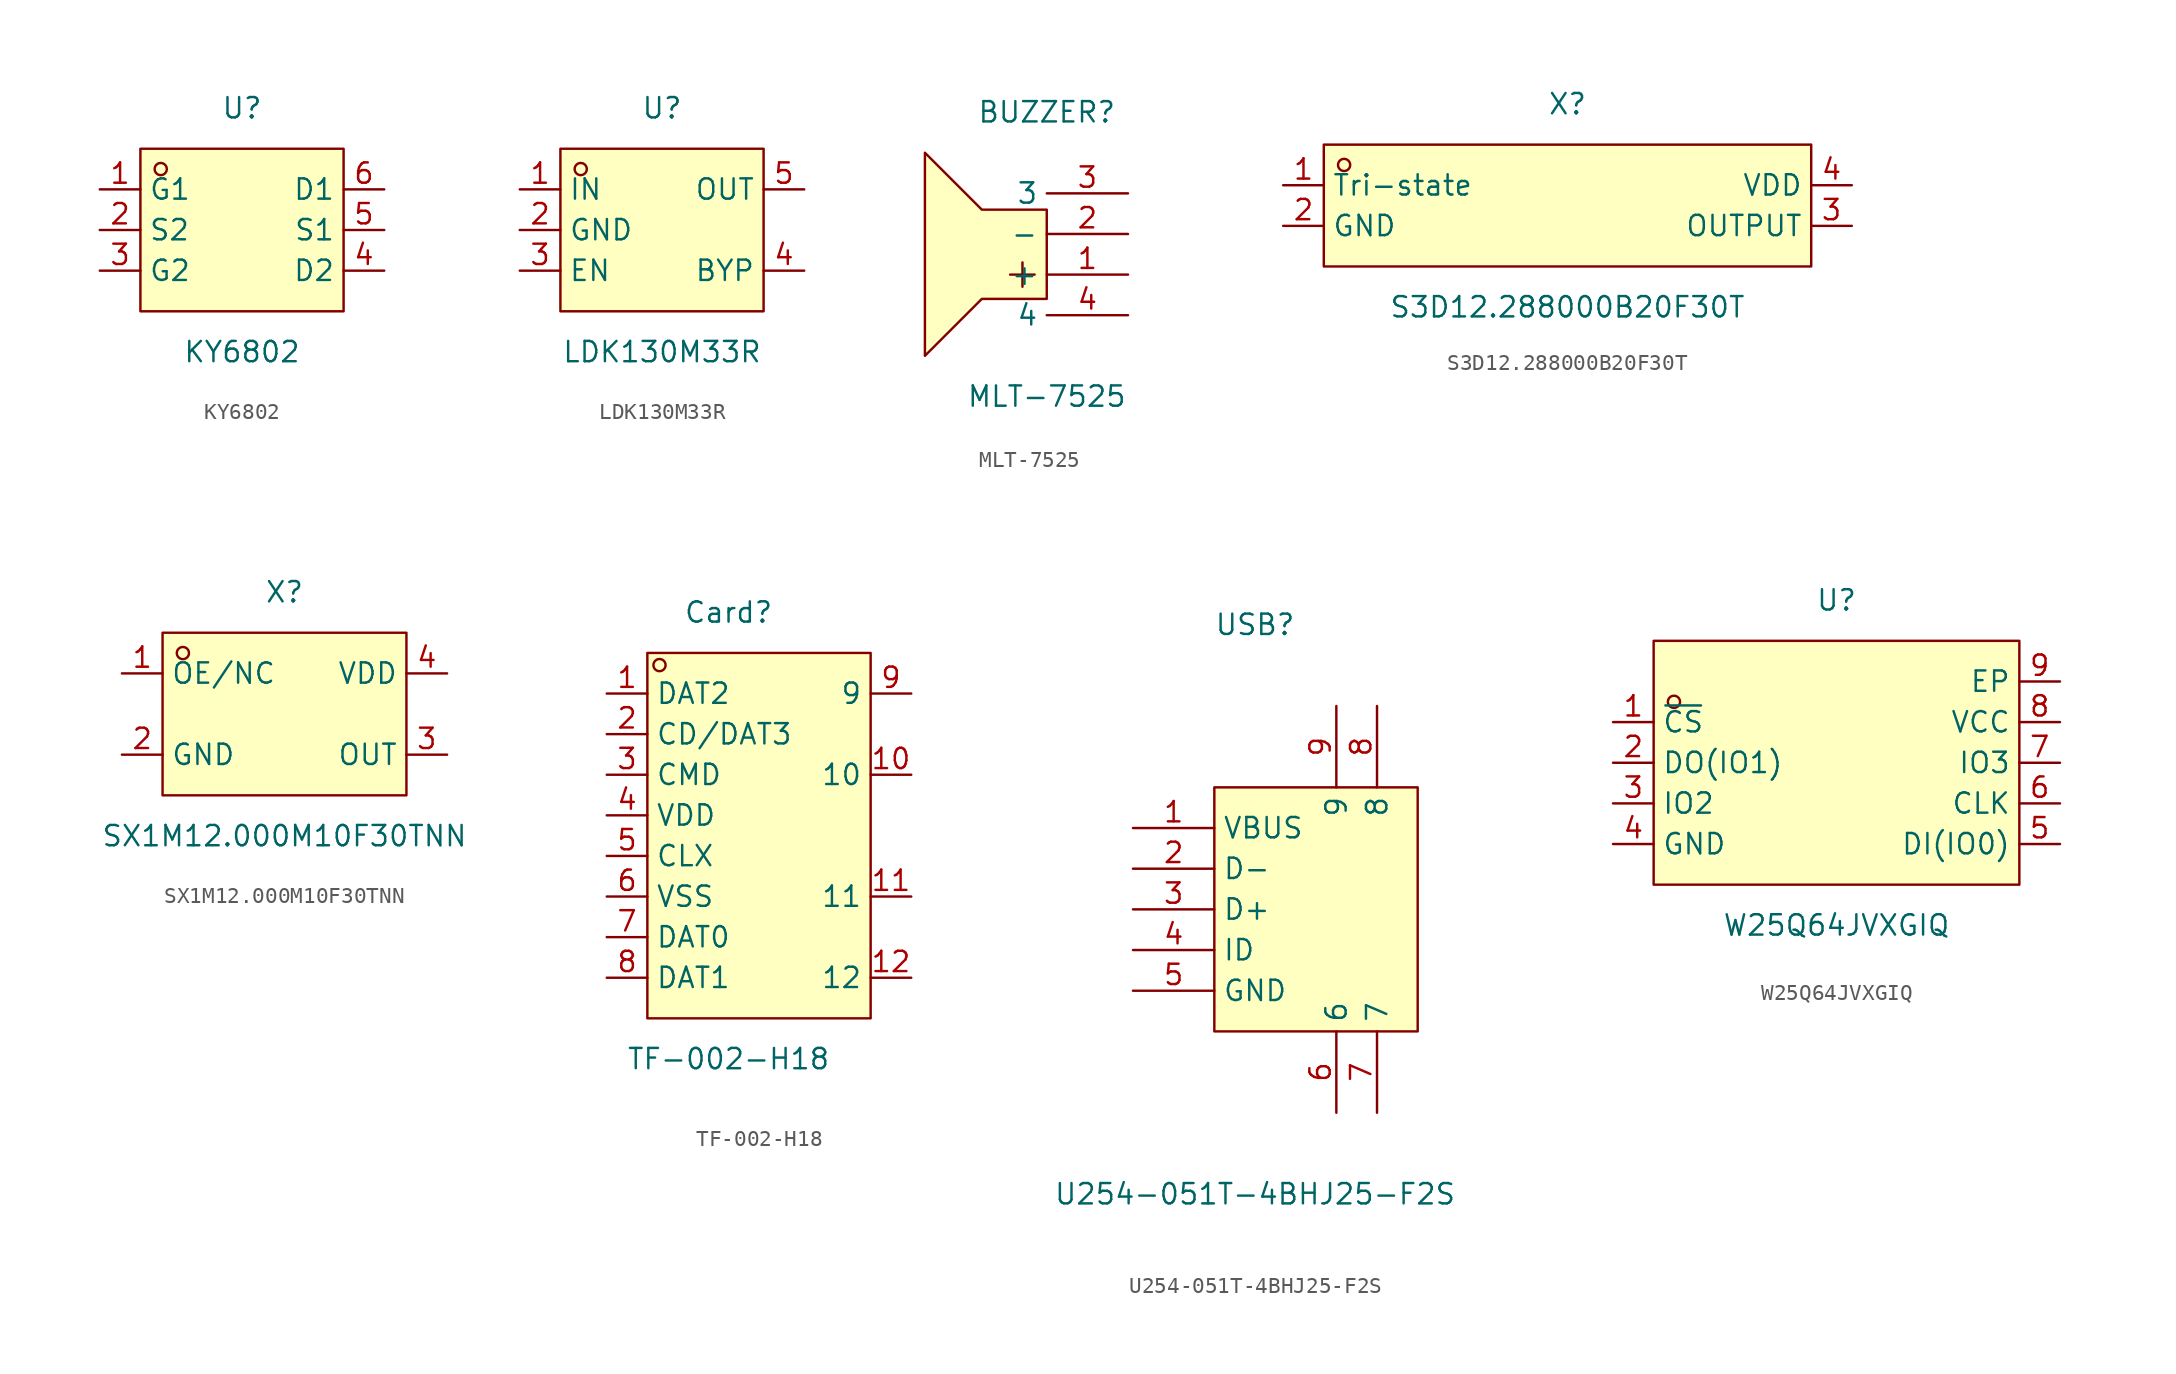
<source format=kicad_sym>
(kicad_symbol_lib
  (version 20231120)
  (generator "kicad_symbol_editor")
  (generator_version "8.0")
  (symbol "KY6802"
    (property "Reference" "U"
      (at 0 7.62 0)
      (effects (font (size 1.27 1.27))))
    (property "Value" "KY6802"
      (at 0 -7.62 0)
      (effects (font (size 1.27 1.27))))
    (symbol "KY6802_0_1"
      (rectangle (start -6.35 5.08) (end 6.35 -5.08) (stroke (width 0) (type default)) (fill (type background)))
      (circle (center -5.08 3.81) (radius 0.38) (stroke (width 0) (type default)) (fill (type none)))
      (pin unspecified line (at -8.89 2.54 0) (length 2.54) (name "G1" (effects (font (size 1.27 1.27)))) (number "1" (effects (font (size 1.27 1.27)))))
      (pin unspecified line (at -8.89 0 0) (length 2.54) (name "S2" (effects (font (size 1.27 1.27)))) (number "2" (effects (font (size 1.27 1.27)))))
      (pin unspecified line (at -8.89 -2.54 0) (length 2.54) (name "G2" (effects (font (size 1.27 1.27)))) (number "3" (effects (font (size 1.27 1.27)))))
      (pin unspecified line (at 8.89 -2.54 180) (length 2.54) (name "D2" (effects (font (size 1.27 1.27)))) (number "4" (effects (font (size 1.27 1.27)))))
      (pin unspecified line (at 8.89 0 180) (length 2.54) (name "S1" (effects (font (size 1.27 1.27)))) (number "5" (effects (font (size 1.27 1.27)))))
      (pin unspecified line (at 8.89 2.54 180) (length 2.54) (name "D1" (effects (font (size 1.27 1.27)))) (number "6" (effects (font (size 1.27 1.27)))))))
  (symbol "LDK130M33R"
    (property "Reference" "U"
      (at 0 7.62 0)
      (effects (font (size 1.27 1.27))))
    (property "Value" "LDK130M33R"
      (at 0 -7.62 0)
      (effects (font (size 1.27 1.27))))
    (symbol "LDK130M33R_0_1"
      (rectangle (start -6.35 5.08) (end 6.35 -5.08) (stroke (width 0) (type default)) (fill (type background)))
      (circle (center -5.08 3.81) (radius 0.38) (stroke (width 0) (type default)) (fill (type none)))
      (pin unspecified line (at -8.89 2.54 0) (length 2.54) (name "IN" (effects (font (size 1.27 1.27)))) (number "1" (effects (font (size 1.27 1.27)))))
      (pin unspecified line (at -8.89 0 0) (length 2.54) (name "GND" (effects (font (size 1.27 1.27)))) (number "2" (effects (font (size 1.27 1.27)))))
      (pin unspecified line (at -8.89 -2.54 0) (length 2.54) (name "EN" (effects (font (size 1.27 1.27)))) (number "3" (effects (font (size 1.27 1.27)))))
      (pin unspecified line (at 8.89 -2.54 180) (length 2.54) (name "BYP" (effects (font (size 1.27 1.27)))) (number "4" (effects (font (size 1.27 1.27)))))
      (pin unspecified line (at 8.89 2.54 180) (length 2.54) (name "OUT" (effects (font (size 1.27 1.27)))) (number "5" (effects (font (size 1.27 1.27)))))))
  (symbol "MLT-7525"
    (property "Reference" "BUZZER"
      (at 0 10.16 0)
      (effects (font (size 1.27 1.27))))
    (property "Value" "MLT-7525"
      (at 0 -7.62 0)
      (effects (font (size 1.27 1.27))))
    (symbol "MLT-7525_0_1"
      (polyline (pts (xy -2.29 0) (xy -0.76 0)) (stroke (width 0) (type default)) (fill (type none)))
      (polyline (pts (xy -1.52 0.76) (xy -1.52 -0.76)) (stroke (width 0) (type default)) (fill (type none)))
      (polyline (pts (xy -4.06 4.06) (xy 0 4.06) (xy 0 -1.52) (xy -4.06 -1.52) (xy -7.62 -5.08) (xy -7.62 7.62) (xy -4.06 4.06)) (stroke (width 0) (type default)) (fill (type background)))
      (pin unspecified line (at 5.08 0 180) (length 5.08) (name "+" (effects (font (size 1.27 1.27)))) (number "1" (effects (font (size 1.27 1.27)))))
      (pin unspecified line (at 5.08 2.54 180) (length 5.08) (name "-" (effects (font (size 1.27 1.27)))) (number "2" (effects (font (size 1.27 1.27)))))
      (pin unspecified line (at 5.08 5.08 180) (length 5.08) (name "3" (effects (font (size 1.27 1.27)))) (number "3" (effects (font (size 1.27 1.27)))))
      (pin unspecified line (at 5.08 -2.54 180) (length 5.08) (name "4" (effects (font (size 1.27 1.27)))) (number "4" (effects (font (size 1.27 1.27)))))))
  (symbol "S3D12.288000B20F30T"
    (property "Reference" "X"
      (at 0 5.08 0)
      (effects (font (size 1.27 1.27))))
    (property "Value" "S3D12.288000B20F30T"
      (at 0 -7.62 0)
      (effects (font (size 1.27 1.27))))
    (symbol "S3D12.288000B20F30T_0_1"
      (rectangle (start -15.24 2.54) (end 15.24 -5.08) (stroke (width 0) (type default)) (fill (type background)))
      (circle (center -13.97 1.27) (radius 0.38) (stroke (width 0) (type default)) (fill (type none)))
      (pin unspecified line (at -17.78 0 0) (length 2.54) (name "Tri-state" (effects (font (size 1.27 1.27)))) (number "1" (effects (font (size 1.27 1.27)))))
      (pin unspecified line (at -17.78 -2.54 0) (length 2.54) (name "GND" (effects (font (size 1.27 1.27)))) (number "2" (effects (font (size 1.27 1.27)))))
      (pin unspecified line (at 17.78 -2.54 180) (length 2.54) (name "OUTPUT" (effects (font (size 1.27 1.27)))) (number "3" (effects (font (size 1.27 1.27)))))
      (pin unspecified line (at 17.78 0 180) (length 2.54) (name "VDD" (effects (font (size 1.27 1.27)))) (number "4" (effects (font (size 1.27 1.27)))))))
  (symbol "SX1M12.000M10F30TNN"
    (property "Reference" "X"
      (at 0 7.62 0)
      (effects (font (size 1.27 1.27))))
    (property "Value" "SX1M12.000M10F30TNN"
      (at 0 -7.62 0)
      (effects (font (size 1.27 1.27))))
    (symbol "SX1M12.000M10F30TNN_0_1"
      (rectangle (start -7.62 5.08) (end 7.62 -5.08) (stroke (width 0) (type default)) (fill (type background)))
      (circle (center -6.35 3.81) (radius 0.38) (stroke (width 0) (type default)) (fill (type none)))
      (pin unspecified line (at -10.16 2.54 0) (length 2.54) (name "OE/NC" (effects (font (size 1.27 1.27)))) (number "1" (effects (font (size 1.27 1.27)))))
      (pin unspecified line (at -10.16 -2.54 0) (length 2.54) (name "GND" (effects (font (size 1.27 1.27)))) (number "2" (effects (font (size 1.27 1.27)))))
      (pin unspecified line (at 10.16 -2.54 180) (length 2.54) (name "OUT" (effects (font (size 1.27 1.27)))) (number "3" (effects (font (size 1.27 1.27)))))
      (pin unspecified line (at 10.16 2.54 180) (length 2.54) (name "VDD" (effects (font (size 1.27 1.27)))) (number "4" (effects (font (size 1.27 1.27)))))))
  (symbol "TF-002-H18"
    (property "Reference" "Card"
      (at 0 13.97 0)
      (effects (font (size 1.27 1.27))))
    (property "Value" "TF-002-H18"
      (at 0 -13.97 0)
      (effects (font (size 1.27 1.27))))
    (symbol "TF-002-H18_0_1"
      (rectangle (start -5.08 11.43) (end 8.89 -11.43) (stroke (width 0) (type default)) (fill (type background)))
      (circle (center -4.32 10.67) (radius 0.38) (stroke (width 0) (type default)) (fill (type none)))
      (pin unspecified line (at -7.62 8.89 0) (length 2.54) (name "DAT2" (effects (font (size 1.27 1.27)))) (number "1" (effects (font (size 1.27 1.27)))))
      (pin unspecified line (at 11.43 3.81 180) (length 2.54) (name "10" (effects (font (size 1.27 1.27)))) (number "10" (effects (font (size 1.27 1.27)))))
      (pin unspecified line (at 11.43 -3.81 180) (length 2.54) (name "11" (effects (font (size 1.27 1.27)))) (number "11" (effects (font (size 1.27 1.27)))))
      (pin unspecified line (at 11.43 -8.89 180) (length 2.54) (name "12" (effects (font (size 1.27 1.27)))) (number "12" (effects (font (size 1.27 1.27)))))
      (pin unspecified line (at -7.62 6.35 0) (length 2.54) (name "CD/DAT3" (effects (font (size 1.27 1.27)))) (number "2" (effects (font (size 1.27 1.27)))))
      (pin unspecified line (at -7.62 3.81 0) (length 2.54) (name "CMD" (effects (font (size 1.27 1.27)))) (number "3" (effects (font (size 1.27 1.27)))))
      (pin unspecified line (at -7.62 1.27 0) (length 2.54) (name "VDD" (effects (font (size 1.27 1.27)))) (number "4" (effects (font (size 1.27 1.27)))))
      (pin unspecified line (at -7.62 -1.27 0) (length 2.54) (name "CLX" (effects (font (size 1.27 1.27)))) (number "5" (effects (font (size 1.27 1.27)))))
      (pin unspecified line (at -7.62 -3.81 0) (length 2.54) (name "VSS" (effects (font (size 1.27 1.27)))) (number "6" (effects (font (size 1.27 1.27)))))
      (pin unspecified line (at -7.62 -6.35 0) (length 2.54) (name "DAT0" (effects (font (size 1.27 1.27)))) (number "7" (effects (font (size 1.27 1.27)))))
      (pin unspecified line (at -7.62 -8.89 0) (length 2.54) (name "DAT1" (effects (font (size 1.27 1.27)))) (number "8" (effects (font (size 1.27 1.27)))))
      (pin unspecified line (at 11.43 8.89 180) (length 2.54) (name "9" (effects (font (size 1.27 1.27)))) (number "9" (effects (font (size 1.27 1.27)))))))
  (symbol "U254-051T-4BHJ25-F2S"
    (property "Reference" "USB"
      (at 0 17.78 0)
      (effects (font (size 1.27 1.27))))
    (property "Value" "U254-051T-4BHJ25-F2S"
      (at 0 -17.78 0)
      (effects (font (size 1.27 1.27))))
    (symbol "U254-051T-4BHJ25-F2S_0_1"
      (rectangle (start -2.54 7.62) (end 10.16 -7.62) (stroke (width 0) (type default)) (fill (type background)))
      (pin unspecified line (at -7.62 5.08 0) (length 5.08) (name "VBUS" (effects (font (size 1.27 1.27)))) (number "1" (effects (font (size 1.27 1.27)))))
      (pin unspecified line (at -7.62 2.54 0) (length 5.08) (name "D-" (effects (font (size 1.27 1.27)))) (number "2" (effects (font (size 1.27 1.27)))))
      (pin unspecified line (at -7.62 0 0) (length 5.08) (name "D+" (effects (font (size 1.27 1.27)))) (number "3" (effects (font (size 1.27 1.27)))))
      (pin unspecified line (at -7.62 -2.54 0) (length 5.08) (name "ID" (effects (font (size 1.27 1.27)))) (number "4" (effects (font (size 1.27 1.27)))))
      (pin unspecified line (at -7.62 -5.08 0) (length 5.08) (name "GND" (effects (font (size 1.27 1.27)))) (number "5" (effects (font (size 1.27 1.27)))))
      (pin unspecified line (at 5.08 -12.7 90) (length 5.08) (name "6" (effects (font (size 1.27 1.27)))) (number "6" (effects (font (size 1.27 1.27)))))
      (pin unspecified line (at 7.62 -12.7 90) (length 5.08) (name "7" (effects (font (size 1.27 1.27)))) (number "7" (effects (font (size 1.27 1.27)))))
      (pin unspecified line (at 7.62 12.7 270) (length 5.08) (name "8" (effects (font (size 1.27 1.27)))) (number "8" (effects (font (size 1.27 1.27)))))
      (pin unspecified line (at 5.08 12.7 270) (length 5.08) (name "9" (effects (font (size 1.27 1.27)))) (number "9" (effects (font (size 1.27 1.27)))))))
  (symbol "W25Q64JVXGIQ"
    (property "Reference" "U"
      (at 0 10.16 0)
      (effects (font (size 1.27 1.27))))
    (property "Value" "W25Q64JVXGIQ"
      (at 0 -10.16 0)
      (effects (font (size 1.27 1.27))))
    (symbol "W25Q64JVXGIQ_0_1"
      (rectangle (start -11.43 7.62) (end 11.43 -7.62) (stroke (width 0) (type default)) (fill (type background)))
      (circle (center -10.16 3.81) (radius 0.38) (stroke (width 0) (type default)) (fill (type none)))
      (pin unspecified line (at -13.97 2.54 0) (length 2.54) (name "~{CS}" (effects (font (size 1.27 1.27)))) (number "1" (effects (font (size 1.27 1.27)))))
      (pin unspecified line (at -13.97 0 0) (length 2.54) (name "DO(IO1)" (effects (font (size 1.27 1.27)))) (number "2" (effects (font (size 1.27 1.27)))))
      (pin unspecified line (at -13.97 -2.54 0) (length 2.54) (name "IO2" (effects (font (size 1.27 1.27)))) (number "3" (effects (font (size 1.27 1.27)))))
      (pin unspecified line (at -13.97 -5.08 0) (length 2.54) (name "GND" (effects (font (size 1.27 1.27)))) (number "4" (effects (font (size 1.27 1.27)))))
      (pin unspecified line (at 13.97 -5.08 180) (length 2.54) (name "DI(IO0)" (effects (font (size 1.27 1.27)))) (number "5" (effects (font (size 1.27 1.27)))))
      (pin unspecified line (at 13.97 -2.54 180) (length 2.54) (name "CLK" (effects (font (size 1.27 1.27)))) (number "6" (effects (font (size 1.27 1.27)))))
      (pin unspecified line (at 13.97 0 180) (length 2.54) (name "IO3" (effects (font (size 1.27 1.27)))) (number "7" (effects (font (size 1.27 1.27)))))
      (pin unspecified line (at 13.97 2.54 180) (length 2.54) (name "VCC" (effects (font (size 1.27 1.27)))) (number "8" (effects (font (size 1.27 1.27)))))
      (pin unspecified line (at 13.97 5.08 180) (length 2.54) (name "EP" (effects (font (size 1.27 1.27)))) (number "9" (effects (font (size 1.27 1.27))))))))
</source>
